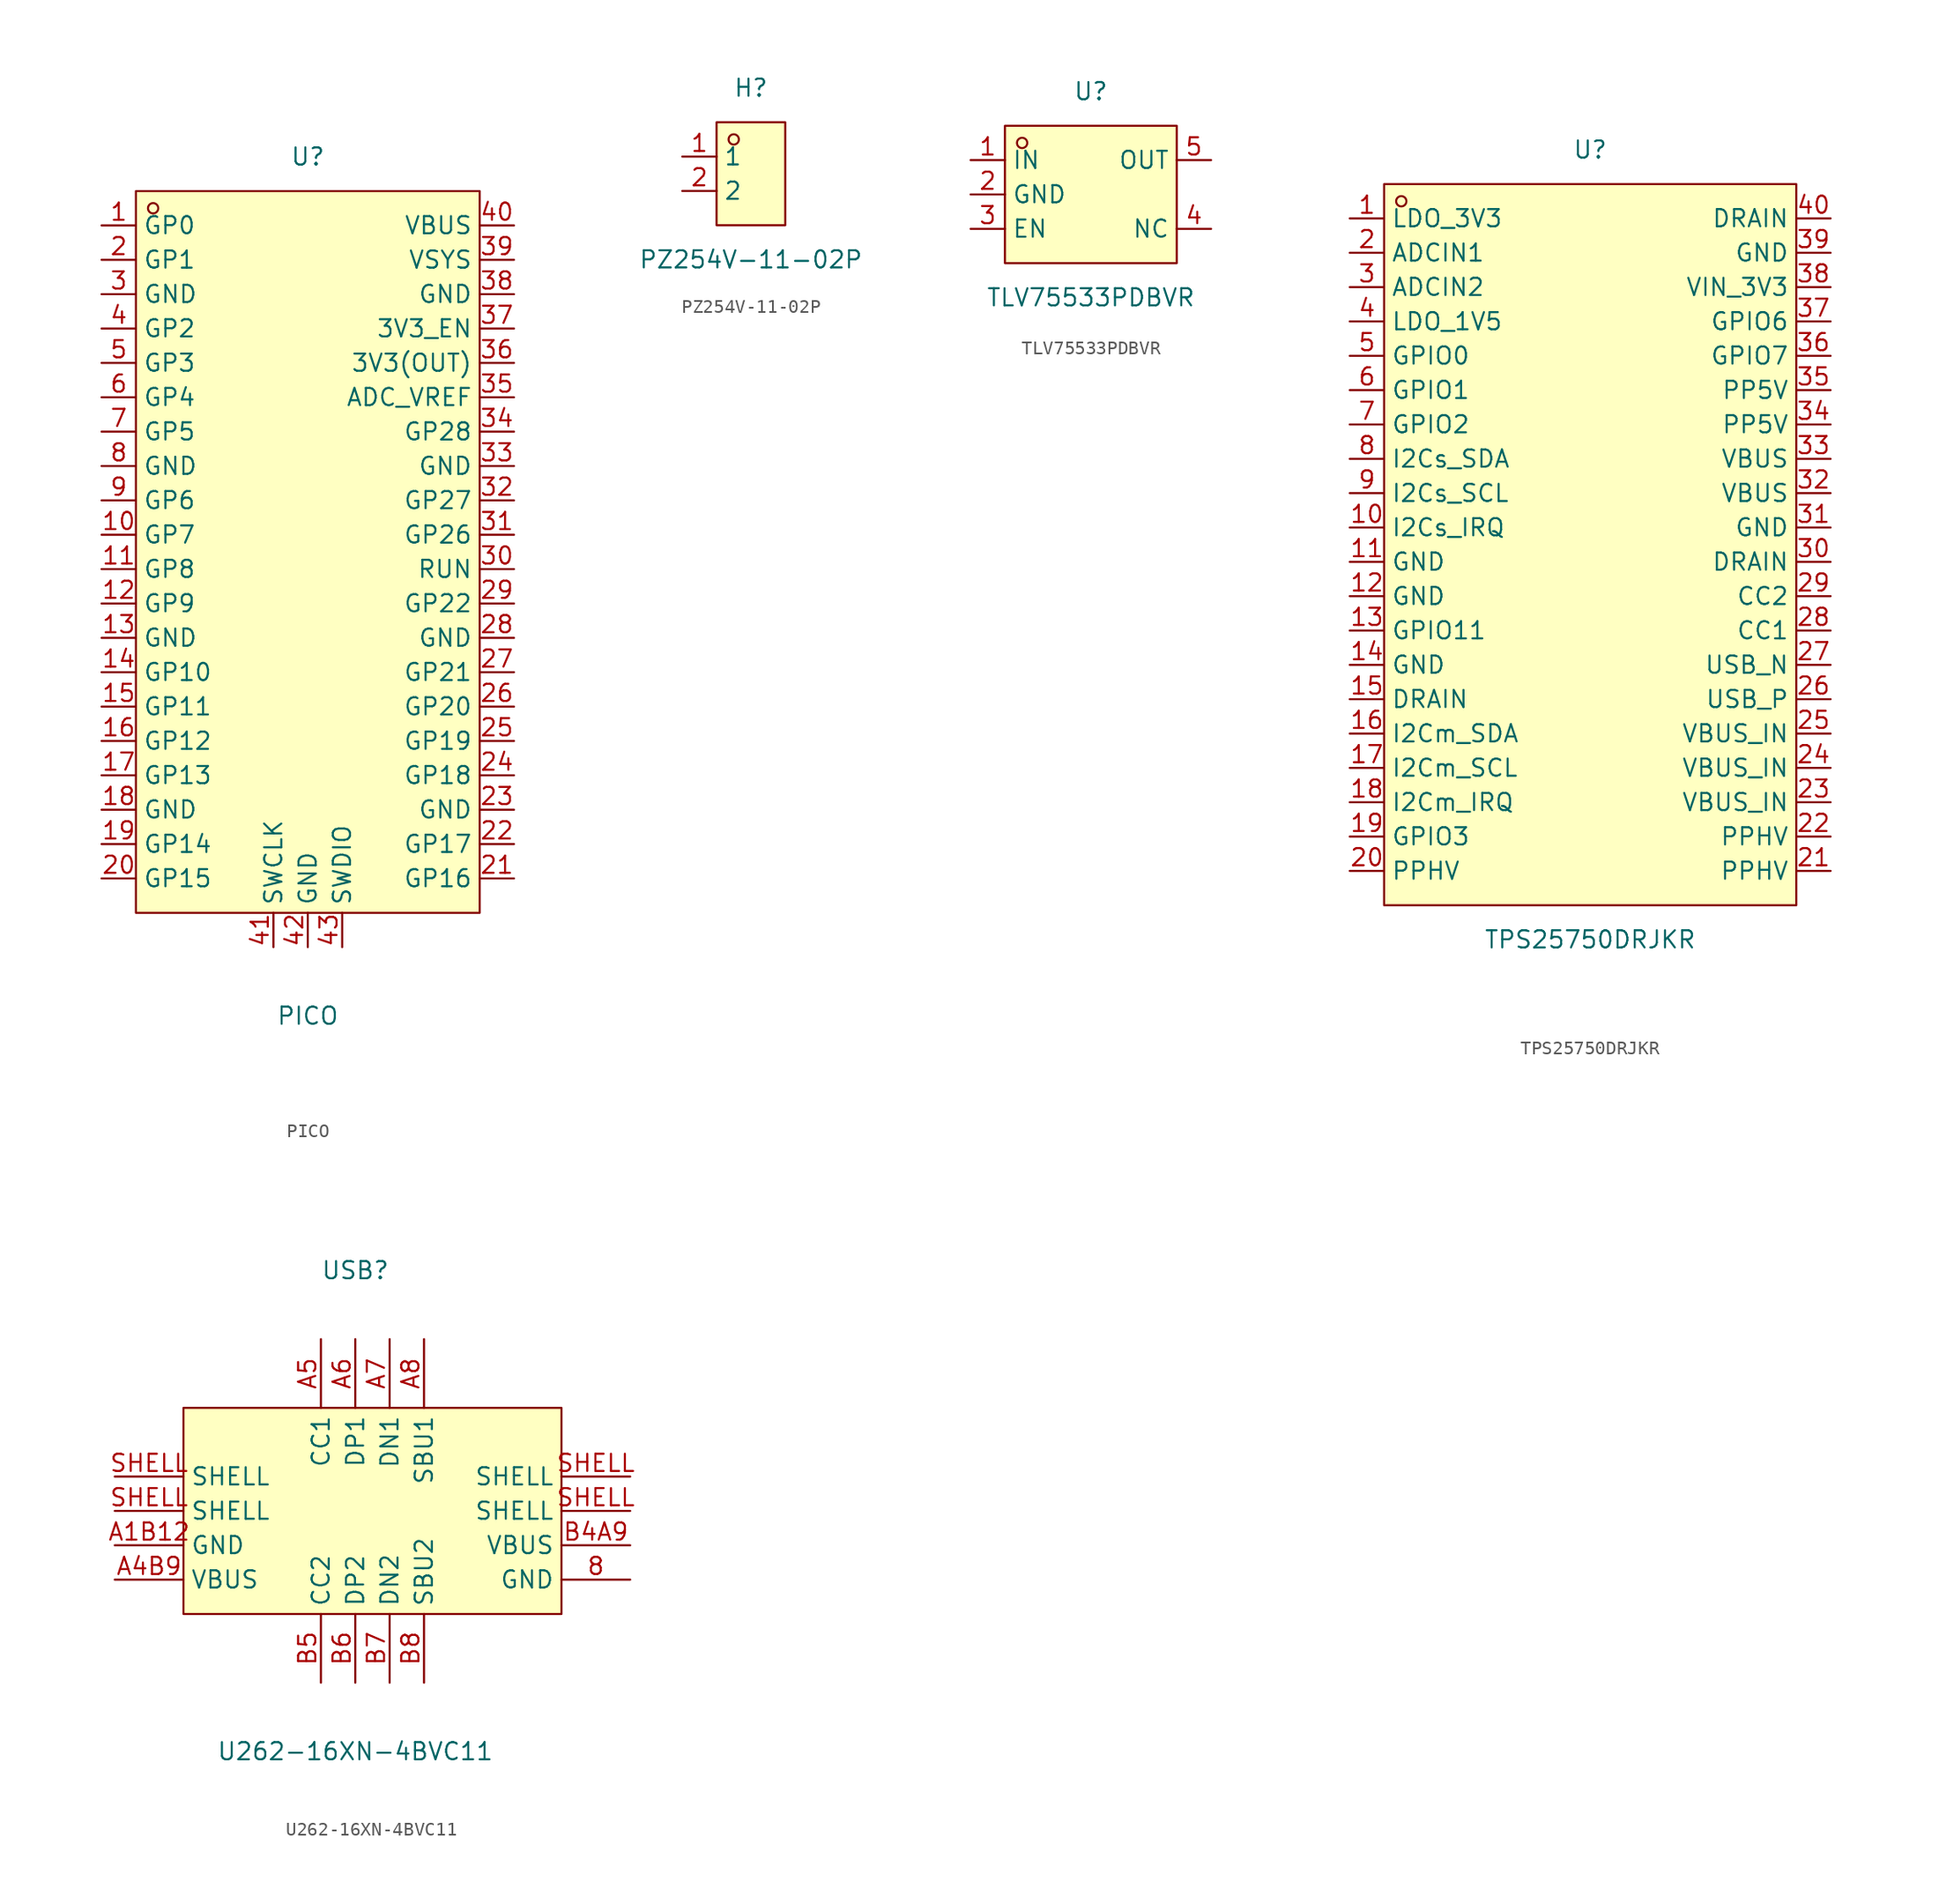
<source format=kicad_sym>
(kicad_symbol_lib
  (version 20211014)
  (generator https://github.com/uPesy/easyeda2kicad.py)
  (symbol "PICO"
    (property "Reference" "U"
      (at 0 30.48 0)
      (effects (font (size 1.27 1.27))))
    (property "Value" "PICO"
      (at 0 -33.02 0)
      (effects (font (size 1.27 1.27))))
    (symbol "PICO_0_1"
      (rectangle (start -12.70 27.94) (end 12.70 -25.40) (stroke (width 0) (type default) (color 0 0 0 0)) (fill (type background)))
      (circle (center -11.43 26.67) (radius 0.38) (stroke (width 0) (type default) (color 0 0 0 0)) (fill (type none)))
      (pin unspecified line (at -15.24 25.40 0) (length 2.54) (name "GP0" (effects (font (size 1.27 1.27)))) (number "1" (effects (font (size 1.27 1.27)))))
      (pin unspecified line (at -15.24 22.86 0) (length 2.54) (name "GP1" (effects (font (size 1.27 1.27)))) (number "2" (effects (font (size 1.27 1.27)))))
      (pin unspecified line (at -15.24 20.32 0) (length 2.54) (name "GND" (effects (font (size 1.27 1.27)))) (number "3" (effects (font (size 1.27 1.27)))))
      (pin unspecified line (at -15.24 17.78 0) (length 2.54) (name "GP2" (effects (font (size 1.27 1.27)))) (number "4" (effects (font (size 1.27 1.27)))))
      (pin unspecified line (at -15.24 15.24 0) (length 2.54) (name "GP3" (effects (font (size 1.27 1.27)))) (number "5" (effects (font (size 1.27 1.27)))))
      (pin unspecified line (at -15.24 12.70 0) (length 2.54) (name "GP4" (effects (font (size 1.27 1.27)))) (number "6" (effects (font (size 1.27 1.27)))))
      (pin unspecified line (at -15.24 10.16 0) (length 2.54) (name "GP5" (effects (font (size 1.27 1.27)))) (number "7" (effects (font (size 1.27 1.27)))))
      (pin unspecified line (at -15.24 7.62 0) (length 2.54) (name "GND" (effects (font (size 1.27 1.27)))) (number "8" (effects (font (size 1.27 1.27)))))
      (pin unspecified line (at -15.24 5.08 0) (length 2.54) (name "GP6" (effects (font (size 1.27 1.27)))) (number "9" (effects (font (size 1.27 1.27)))))
      (pin unspecified line (at -15.24 2.54 0) (length 2.54) (name "GP7" (effects (font (size 1.27 1.27)))) (number "10" (effects (font (size 1.27 1.27)))))
      (pin unspecified line (at -15.24 -0.00 0) (length 2.54) (name "GP8" (effects (font (size 1.27 1.27)))) (number "11" (effects (font (size 1.27 1.27)))))
      (pin unspecified line (at -15.24 -2.54 0) (length 2.54) (name "GP9" (effects (font (size 1.27 1.27)))) (number "12" (effects (font (size 1.27 1.27)))))
      (pin unspecified line (at -15.24 -5.08 0) (length 2.54) (name "GND" (effects (font (size 1.27 1.27)))) (number "13" (effects (font (size 1.27 1.27)))))
      (pin unspecified line (at -15.24 -7.62 0) (length 2.54) (name "GP10" (effects (font (size 1.27 1.27)))) (number "14" (effects (font (size 1.27 1.27)))))
      (pin unspecified line (at -15.24 -10.16 0) (length 2.54) (name "GP11" (effects (font (size 1.27 1.27)))) (number "15" (effects (font (size 1.27 1.27)))))
      (pin unspecified line (at -15.24 -12.70 0) (length 2.54) (name "GP12" (effects (font (size 1.27 1.27)))) (number "16" (effects (font (size 1.27 1.27)))))
      (pin unspecified line (at -15.24 -15.24 0) (length 2.54) (name "GP13" (effects (font (size 1.27 1.27)))) (number "17" (effects (font (size 1.27 1.27)))))
      (pin unspecified line (at -15.24 -17.78 0) (length 2.54) (name "GND" (effects (font (size 1.27 1.27)))) (number "18" (effects (font (size 1.27 1.27)))))
      (pin unspecified line (at -15.24 -20.32 0) (length 2.54) (name "GP14" (effects (font (size 1.27 1.27)))) (number "19" (effects (font (size 1.27 1.27)))))
      (pin unspecified line (at -15.24 -22.86 0) (length 2.54) (name "GP15" (effects (font (size 1.27 1.27)))) (number "20" (effects (font (size 1.27 1.27)))))
      (pin unspecified line (at 15.24 -22.86 180) (length 2.54) (name "GP16" (effects (font (size 1.27 1.27)))) (number "21" (effects (font (size 1.27 1.27)))))
      (pin unspecified line (at 15.24 -20.32 180) (length 2.54) (name "GP17" (effects (font (size 1.27 1.27)))) (number "22" (effects (font (size 1.27 1.27)))))
      (pin unspecified line (at 15.24 -17.78 180) (length 2.54) (name "GND" (effects (font (size 1.27 1.27)))) (number "23" (effects (font (size 1.27 1.27)))))
      (pin unspecified line (at 15.24 -15.24 180) (length 2.54) (name "GP18" (effects (font (size 1.27 1.27)))) (number "24" (effects (font (size 1.27 1.27)))))
      (pin unspecified line (at 15.24 -12.70 180) (length 2.54) (name "GP19" (effects (font (size 1.27 1.27)))) (number "25" (effects (font (size 1.27 1.27)))))
      (pin unspecified line (at 15.24 -10.16 180) (length 2.54) (name "GP20" (effects (font (size 1.27 1.27)))) (number "26" (effects (font (size 1.27 1.27)))))
      (pin unspecified line (at 15.24 -7.62 180) (length 2.54) (name "GP21" (effects (font (size 1.27 1.27)))) (number "27" (effects (font (size 1.27 1.27)))))
      (pin unspecified line (at 15.24 -5.08 180) (length 2.54) (name "GND" (effects (font (size 1.27 1.27)))) (number "28" (effects (font (size 1.27 1.27)))))
      (pin unspecified line (at 15.24 -2.54 180) (length 2.54) (name "GP22" (effects (font (size 1.27 1.27)))) (number "29" (effects (font (size 1.27 1.27)))))
      (pin unspecified line (at 15.24 -0.00 180) (length 2.54) (name "RUN" (effects (font (size 1.27 1.27)))) (number "30" (effects (font (size 1.27 1.27)))))
      (pin unspecified line (at 15.24 2.54 180) (length 2.54) (name "GP26" (effects (font (size 1.27 1.27)))) (number "31" (effects (font (size 1.27 1.27)))))
      (pin unspecified line (at 15.24 5.08 180) (length 2.54) (name "GP27" (effects (font (size 1.27 1.27)))) (number "32" (effects (font (size 1.27 1.27)))))
      (pin unspecified line (at 15.24 7.62 180) (length 2.54) (name "GND" (effects (font (size 1.27 1.27)))) (number "33" (effects (font (size 1.27 1.27)))))
      (pin unspecified line (at 15.24 10.16 180) (length 2.54) (name "GP28" (effects (font (size 1.27 1.27)))) (number "34" (effects (font (size 1.27 1.27)))))
      (pin unspecified line (at 15.24 12.70 180) (length 2.54) (name "ADC_VREF" (effects (font (size 1.27 1.27)))) (number "35" (effects (font (size 1.27 1.27)))))
      (pin unspecified line (at 15.24 15.24 180) (length 2.54) (name "3V3(OUT)" (effects (font (size 1.27 1.27)))) (number "36" (effects (font (size 1.27 1.27)))))
      (pin unspecified line (at 15.24 17.78 180) (length 2.54) (name "3V3_EN" (effects (font (size 1.27 1.27)))) (number "37" (effects (font (size 1.27 1.27)))))
      (pin unspecified line (at 15.24 20.32 180) (length 2.54) (name "GND" (effects (font (size 1.27 1.27)))) (number "38" (effects (font (size 1.27 1.27)))))
      (pin unspecified line (at 15.24 22.86 180) (length 2.54) (name "VSYS" (effects (font (size 1.27 1.27)))) (number "39" (effects (font (size 1.27 1.27)))))
      (pin unspecified line (at 15.24 25.40 180) (length 2.54) (name "VBUS" (effects (font (size 1.27 1.27)))) (number "40" (effects (font (size 1.27 1.27)))))
      (pin unspecified line (at -2.54 -27.94 90) (length 2.54) (name "SWCLK" (effects (font (size 1.27 1.27)))) (number "41" (effects (font (size 1.27 1.27)))))
      (pin unspecified line (at 0.00 -27.94 90) (length 2.54) (name "GND" (effects (font (size 1.27 1.27)))) (number "42" (effects (font (size 1.27 1.27)))))
      (pin unspecified line (at 2.54 -27.94 90) (length 2.54) (name "SWDIO" (effects (font (size 1.27 1.27)))) (number "43" (effects (font (size 1.27 1.27)))))))
  (symbol "PZ254V-11-02P"
    (property "Reference" "H"
      (at 0 6.35 0)
      (effects (font (size 1.27 1.27))))
    (property "Value" "PZ254V-11-02P"
      (at 0 -6.35 0)
      (effects (font (size 1.27 1.27))))
    (symbol "PZ254V-11-02P_0_1"
      (rectangle (start -2.54 3.81) (end 2.54 -3.81) (stroke (width 0) (type default) (color 0 0 0 0)) (fill (type background)))
      (circle (center -1.27 2.54) (radius 0.38) (stroke (width 0) (type default) (color 0 0 0 0)) (fill (type none)))
      (pin unspecified line (at -5.08 1.27 0) (length 2.54) (name "1" (effects (font (size 1.27 1.27)))) (number "1" (effects (font (size 1.27 1.27)))))
      (pin unspecified line (at -5.08 -1.27 0) (length 2.54) (name "2" (effects (font (size 1.27 1.27)))) (number "2" (effects (font (size 1.27 1.27)))))))
  (symbol "TLV75533PDBVR"
    (property "Reference" "U"
      (at 0 7.62 0)
      (effects (font (size 1.27 1.27))))
    (property "Value" "TLV75533PDBVR"
      (at 0 -7.62 0)
      (effects (font (size 1.27 1.27))))
    (symbol "TLV75533PDBVR_0_1"
      (rectangle (start -6.35 5.08) (end 6.35 -5.08) (stroke (width 0) (type default) (color 0 0 0 0)) (fill (type background)))
      (circle (center -5.08 3.81) (radius 0.38) (stroke (width 0) (type default) (color 0 0 0 0)) (fill (type none)))
      (pin unspecified line (at -8.89 2.54 0) (length 2.54) (name "IN" (effects (font (size 1.27 1.27)))) (number "1" (effects (font (size 1.27 1.27)))))
      (pin unspecified line (at -8.89 -0.00 0) (length 2.54) (name "GND" (effects (font (size 1.27 1.27)))) (number "2" (effects (font (size 1.27 1.27)))))
      (pin unspecified line (at -8.89 -2.54 0) (length 2.54) (name "EN" (effects (font (size 1.27 1.27)))) (number "3" (effects (font (size 1.27 1.27)))))
      (pin unspecified line (at 8.89 -2.54 180) (length 2.54) (name "NC" (effects (font (size 1.27 1.27)))) (number "4" (effects (font (size 1.27 1.27)))))
      (pin unspecified line (at 8.89 2.54 180) (length 2.54) (name "OUT" (effects (font (size 1.27 1.27)))) (number "5" (effects (font (size 1.27 1.27)))))))
  (symbol "TPS25750DRJKR"
    (property "Reference" "U"
      (at 0 29.21 0)
      (effects (font (size 1.27 1.27))))
    (property "Value" "TPS25750DRJKR"
      (at 0 -29.21 0)
      (effects (font (size 1.27 1.27))))
    (symbol "TPS25750DRJKR_0_1"
      (rectangle (start -15.24 26.67) (end 15.24 -26.67) (stroke (width 0) (type default) (color 0 0 0 0)) (fill (type background)))
      (circle (center -13.97 25.40) (radius 0.38) (stroke (width 0) (type default) (color 0 0 0 0)) (fill (type none)))
      (pin unspecified line (at -17.78 24.13 0) (length 2.54) (name "LDO_3V3" (effects (font (size 1.27 1.27)))) (number "1" (effects (font (size 1.27 1.27)))))
      (pin unspecified line (at -17.78 21.59 0) (length 2.54) (name "ADCIN1" (effects (font (size 1.27 1.27)))) (number "2" (effects (font (size 1.27 1.27)))))
      (pin unspecified line (at -17.78 19.05 0) (length 2.54) (name "ADCIN2" (effects (font (size 1.27 1.27)))) (number "3" (effects (font (size 1.27 1.27)))))
      (pin unspecified line (at -17.78 16.51 0) (length 2.54) (name "LDO_1V5" (effects (font (size 1.27 1.27)))) (number "4" (effects (font (size 1.27 1.27)))))
      (pin unspecified line (at -17.78 13.97 0) (length 2.54) (name "GPIO0" (effects (font (size 1.27 1.27)))) (number "5" (effects (font (size 1.27 1.27)))))
      (pin unspecified line (at -17.78 11.43 0) (length 2.54) (name "GPIO1" (effects (font (size 1.27 1.27)))) (number "6" (effects (font (size 1.27 1.27)))))
      (pin unspecified line (at -17.78 8.89 0) (length 2.54) (name "GPIO2" (effects (font (size 1.27 1.27)))) (number "7" (effects (font (size 1.27 1.27)))))
      (pin unspecified line (at -17.78 6.35 0) (length 2.54) (name "I2Cs_SDA" (effects (font (size 1.27 1.27)))) (number "8" (effects (font (size 1.27 1.27)))))
      (pin unspecified line (at -17.78 3.81 0) (length 2.54) (name "I2Cs_SCL" (effects (font (size 1.27 1.27)))) (number "9" (effects (font (size 1.27 1.27)))))
      (pin unspecified line (at -17.78 1.27 0) (length 2.54) (name "I2Cs_IRQ" (effects (font (size 1.27 1.27)))) (number "10" (effects (font (size 1.27 1.27)))))
      (pin unspecified line (at -17.78 -1.27 0) (length 2.54) (name "GND" (effects (font (size 1.27 1.27)))) (number "11" (effects (font (size 1.27 1.27)))))
      (pin unspecified line (at -17.78 -3.81 0) (length 2.54) (name "GND" (effects (font (size 1.27 1.27)))) (number "12" (effects (font (size 1.27 1.27)))))
      (pin unspecified line (at -17.78 -6.35 0) (length 2.54) (name "GPIO11" (effects (font (size 1.27 1.27)))) (number "13" (effects (font (size 1.27 1.27)))))
      (pin unspecified line (at -17.78 -8.89 0) (length 2.54) (name "GND" (effects (font (size 1.27 1.27)))) (number "14" (effects (font (size 1.27 1.27)))))
      (pin unspecified line (at -17.78 -11.43 0) (length 2.54) (name "DRAIN" (effects (font (size 1.27 1.27)))) (number "15" (effects (font (size 1.27 1.27)))))
      (pin unspecified line (at -17.78 -13.97 0) (length 2.54) (name "I2Cm_SDA" (effects (font (size 1.27 1.27)))) (number "16" (effects (font (size 1.27 1.27)))))
      (pin unspecified line (at -17.78 -16.51 0) (length 2.54) (name "I2Cm_SCL" (effects (font (size 1.27 1.27)))) (number "17" (effects (font (size 1.27 1.27)))))
      (pin unspecified line (at -17.78 -19.05 0) (length 2.54) (name "I2Cm_IRQ" (effects (font (size 1.27 1.27)))) (number "18" (effects (font (size 1.27 1.27)))))
      (pin unspecified line (at -17.78 -21.59 0) (length 2.54) (name "GPIO3" (effects (font (size 1.27 1.27)))) (number "19" (effects (font (size 1.27 1.27)))))
      (pin unspecified line (at -17.78 -24.13 0) (length 2.54) (name "PPHV" (effects (font (size 1.27 1.27)))) (number "20" (effects (font (size 1.27 1.27)))))
      (pin unspecified line (at 17.78 -24.13 180) (length 2.54) (name "PPHV" (effects (font (size 1.27 1.27)))) (number "21" (effects (font (size 1.27 1.27)))))
      (pin unspecified line (at 17.78 -21.59 180) (length 2.54) (name "PPHV" (effects (font (size 1.27 1.27)))) (number "22" (effects (font (size 1.27 1.27)))))
      (pin unspecified line (at 17.78 -19.05 180) (length 2.54) (name "VBUS_IN" (effects (font (size 1.27 1.27)))) (number "23" (effects (font (size 1.27 1.27)))))
      (pin unspecified line (at 17.78 -16.51 180) (length 2.54) (name "VBUS_IN" (effects (font (size 1.27 1.27)))) (number "24" (effects (font (size 1.27 1.27)))))
      (pin unspecified line (at 17.78 -13.97 180) (length 2.54) (name "VBUS_IN" (effects (font (size 1.27 1.27)))) (number "25" (effects (font (size 1.27 1.27)))))
      (pin unspecified line (at 17.78 -11.43 180) (length 2.54) (name "USB_P" (effects (font (size 1.27 1.27)))) (number "26" (effects (font (size 1.27 1.27)))))
      (pin unspecified line (at 17.78 -8.89 180) (length 2.54) (name "USB_N" (effects (font (size 1.27 1.27)))) (number "27" (effects (font (size 1.27 1.27)))))
      (pin unspecified line (at 17.78 -6.35 180) (length 2.54) (name "CC1" (effects (font (size 1.27 1.27)))) (number "28" (effects (font (size 1.27 1.27)))))
      (pin unspecified line (at 17.78 -3.81 180) (length 2.54) (name "CC2" (effects (font (size 1.27 1.27)))) (number "29" (effects (font (size 1.27 1.27)))))
      (pin unspecified line (at 17.78 -1.27 180) (length 2.54) (name "DRAIN" (effects (font (size 1.27 1.27)))) (number "30" (effects (font (size 1.27 1.27)))))
      (pin unspecified line (at 17.78 1.27 180) (length 2.54) (name "GND" (effects (font (size 1.27 1.27)))) (number "31" (effects (font (size 1.27 1.27)))))
      (pin unspecified line (at 17.78 3.81 180) (length 2.54) (name "VBUS" (effects (font (size 1.27 1.27)))) (number "32" (effects (font (size 1.27 1.27)))))
      (pin unspecified line (at 17.78 6.35 180) (length 2.54) (name "VBUS" (effects (font (size 1.27 1.27)))) (number "33" (effects (font (size 1.27 1.27)))))
      (pin unspecified line (at 17.78 8.89 180) (length 2.54) (name "PP5V" (effects (font (size 1.27 1.27)))) (number "34" (effects (font (size 1.27 1.27)))))
      (pin unspecified line (at 17.78 11.43 180) (length 2.54) (name "PP5V" (effects (font (size 1.27 1.27)))) (number "35" (effects (font (size 1.27 1.27)))))
      (pin unspecified line (at 17.78 13.97 180) (length 2.54) (name "GPIO7" (effects (font (size 1.27 1.27)))) (number "36" (effects (font (size 1.27 1.27)))))
      (pin unspecified line (at 17.78 16.51 180) (length 2.54) (name "GPIO6" (effects (font (size 1.27 1.27)))) (number "37" (effects (font (size 1.27 1.27)))))
      (pin unspecified line (at 17.78 19.05 180) (length 2.54) (name "VIN_3V3" (effects (font (size 1.27 1.27)))) (number "38" (effects (font (size 1.27 1.27)))))
      (pin unspecified line (at 17.78 21.59 180) (length 2.54) (name "GND" (effects (font (size 1.27 1.27)))) (number "39" (effects (font (size 1.27 1.27)))))
      (pin unspecified line (at 17.78 24.13 180) (length 2.54) (name "DRAIN" (effects (font (size 1.27 1.27)))) (number "40" (effects (font (size 1.27 1.27)))))))
  (symbol "U262-16XN-4BVC11"
    (property "Reference" "USB"
      (at 0 17.78 0)
      (effects (font (size 1.27 1.27))))
    (property "Value" "U262-16XN-4BVC11"
      (at 0 -17.78 0)
      (effects (font (size 1.27 1.27))))
    (symbol "U262-16XN-4BVC11_0_1"
      (rectangle (start -12.70 7.62) (end 15.24 -7.62) (stroke (width 0) (type default) (color 0 0 0 0)) (fill (type background)))
      (pin unspecified line (at -17.78 -2.54 0) (length 5.08) (name "GND" (effects (font (size 1.27 1.27)))) (number "A1B12" (effects (font (size 1.27 1.27)))))
      (pin unspecified line (at -17.78 -5.08 0) (length 5.08) (name "VBUS" (effects (font (size 1.27 1.27)))) (number "A4B9" (effects (font (size 1.27 1.27)))))
      (pin unspecified line (at -2.54 12.70 270) (length 5.08) (name "CC1" (effects (font (size 1.27 1.27)))) (number "A5" (effects (font (size 1.27 1.27)))))
      (pin unspecified line (at 0.00 12.70 270) (length 5.08) (name "DP1" (effects (font (size 1.27 1.27)))) (number "A6" (effects (font (size 1.27 1.27)))))
      (pin unspecified line (at 2.54 12.70 270) (length 5.08) (name "DN1" (effects (font (size 1.27 1.27)))) (number "A7" (effects (font (size 1.27 1.27)))))
      (pin unspecified line (at 5.08 12.70 270) (length 5.08) (name "SBU1" (effects (font (size 1.27 1.27)))) (number "A8" (effects (font (size 1.27 1.27)))))
      (pin unspecified line (at 20.32 -2.54 180) (length 5.08) (name "VBUS" (effects (font (size 1.27 1.27)))) (number "B4A9" (effects (font (size 1.27 1.27)))))
      (pin unspecified line (at 20.32 -5.08 180) (length 5.08) (name "GND" (effects (font (size 1.27 1.27)))) (number "8" (effects (font (size 1.27 1.27)))))
      (pin unspecified line (at -2.54 -12.70 90) (length 5.08) (name "CC2" (effects (font (size 1.27 1.27)))) (number "B5" (effects (font (size 1.27 1.27)))))
      (pin unspecified line (at 0.00 -12.70 90) (length 5.08) (name "DP2" (effects (font (size 1.27 1.27)))) (number "B6" (effects (font (size 1.27 1.27)))))
      (pin unspecified line (at 2.54 -12.70 90) (length 5.08) (name "DN2" (effects (font (size 1.27 1.27)))) (number "B7" (effects (font (size 1.27 1.27)))))
      (pin unspecified line (at 5.08 -12.70 90) (length 5.08) (name "SBU2" (effects (font (size 1.27 1.27)))) (number "B8" (effects (font (size 1.27 1.27)))))
      (pin unspecified line (at -17.78 -0.00 0) (length 5.08) (name "SHELL" (effects (font (size 1.27 1.27)))) (number "SHELL" (effects (font (size 1.27 1.27)))))
      (pin unspecified line (at 20.32 -0.00 180) (length 5.08) (name "SHELL" (effects (font (size 1.27 1.27)))) (number "SHELL" (effects (font (size 1.27 1.27)))))
      (pin unspecified line (at -17.78 2.54 0) (length 5.08) (name "SHELL" (effects (font (size 1.27 1.27)))) (number "SHELL" (effects (font (size 1.27 1.27)))))
      (pin unspecified line (at 20.32 2.54 180) (length 5.08) (name "SHELL" (effects (font (size 1.27 1.27)))) (number "SHELL" (effects (font (size 1.27 1.27))))))))
</source>
